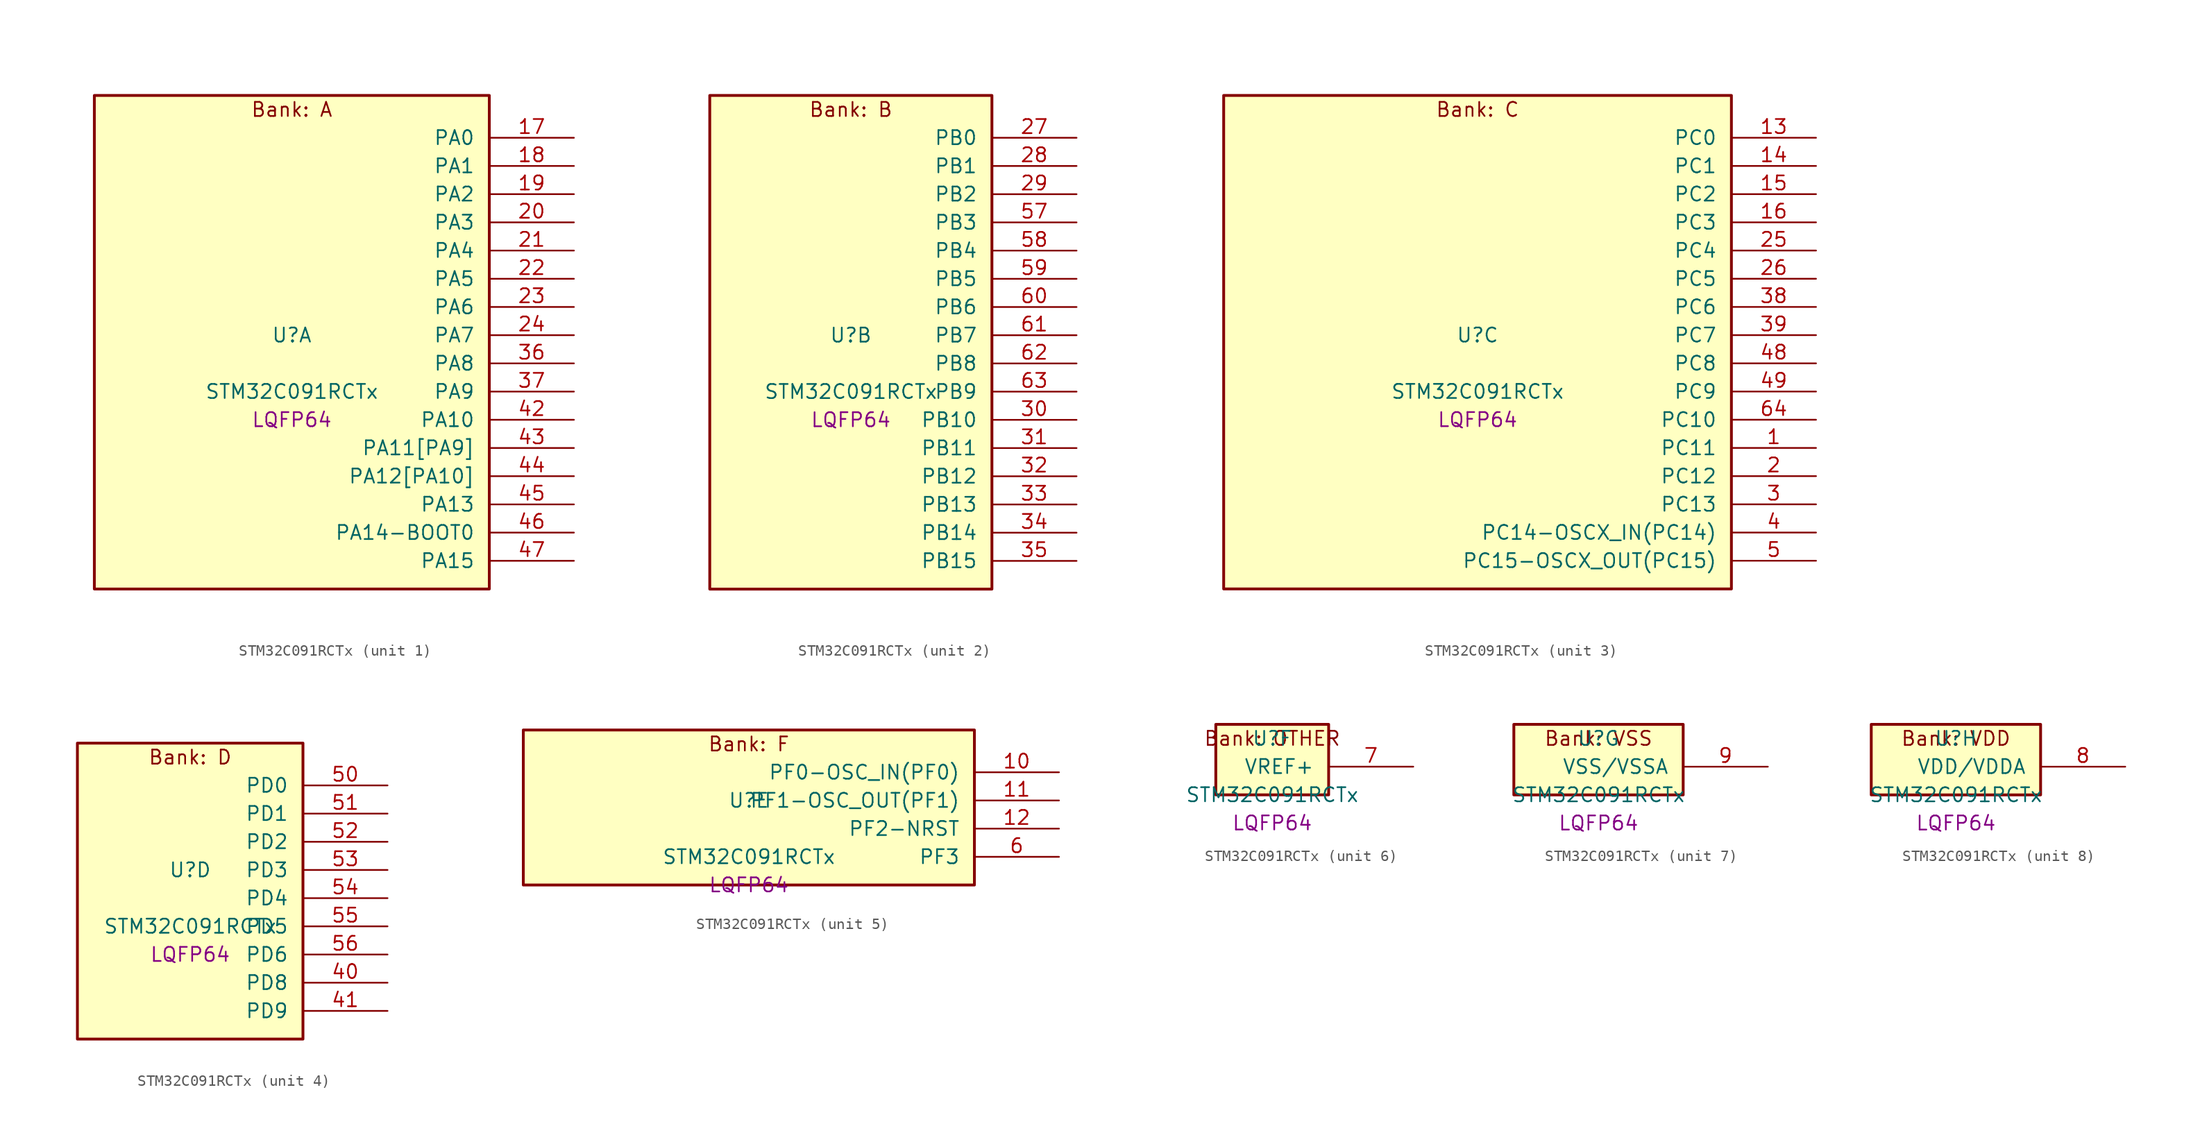
<source format=kicad_sym>
(kicad_symbol_lib
  (version 20241209)
  (generator "stm32_pkl_generator")
  (generator_version "1.0")
  (symbol "STM32C091RCTx"
    (pin_names
      (offset 1.27))
    (property "Reference" "U"
      (at 0 2.54 0))
    (property "Value" "STM32C091RCTx"
      (at 0 -2.54 0))
    (property "Footprint" "LQFP64"
      (at 0 -5.08 0))
    (symbol "STM32C091RCTx_1_1"
      (rectangle (start -17.78 24.13) (end 17.78 -20.32) (stroke (width 0.254) (type solid)) (fill (type background)))
      (text "Bank: A" (at 0 22.86 0))
      (pin bidirectional line (at 25.4 20.32 180) (length 7.62) (name "PA0") (number "17") (alternate "PA0/ADC1_IN0" bidirectional line) (alternate "PA0/PWR_WKUP1" bidirectional line) (alternate "PA0/SPI2_SCK" bidirectional line) (alternate "PA0/TIM16_CH1" bidirectional line) (alternate "PA0/TIM1_CH1" bidirectional line) (alternate "PA0/TIM2_CH1" bidirectional line) (alternate "PA0/TIM2_ETR" bidirectional line) (alternate "PA0/USART1_TX" bidirectional line) (alternate "PA0/USART2_CTS" bidirectional line) (alternate "PA0/USART2_NSS" bidirectional line) (alternate "PA0/USART4_TX" bidirectional line))
      (pin bidirectional line (at 25.4 17.78 180) (length 7.62) (name "PA1") (number "18") (alternate "PA1/ADC1_IN1" bidirectional line) (alternate "PA1/I2C1_SMBA" bidirectional line) (alternate "PA1/I2S1_CK" bidirectional line) (alternate "PA1/SPI1_SCK" bidirectional line) (alternate "PA1/TIM15_CH1N" bidirectional line) (alternate "PA1/TIM17_CH1" bidirectional line) (alternate "PA1/TIM1_CH2" bidirectional line) (alternate "PA1/TIM2_CH2" bidirectional line) (alternate "PA1/USART1_RX" bidirectional line) (alternate "PA1/USART2_CK" bidirectional line) (alternate "PA1/USART2_DE" bidirectional line) (alternate "PA1/USART2_RTS" bidirectional line) (alternate "PA1/USART4_RX" bidirectional line))
      (pin bidirectional line (at 25.4 15.24 180) (length 7.62) (name "PA2") (number "19") (alternate "PA2/ADC1_IN2" bidirectional line) (alternate "PA2/I2S1_SD" bidirectional line) (alternate "PA2/PWR_WKUP4" bidirectional line) (alternate "PA2/RCC_LSCO" bidirectional line) (alternate "PA2/SPI1_MOSI" bidirectional line) (alternate "PA2/TIM15_CH1" bidirectional line) (alternate "PA2/TIM16_CH1N" bidirectional line) (alternate "PA2/TIM1_CH3" bidirectional line) (alternate "PA2/TIM2_CH3" bidirectional line) (alternate "PA2/TIM3_ETR" bidirectional line) (alternate "PA2/USART2_TX" bidirectional line))
      (pin bidirectional line (at 25.4 12.7 180) (length 7.62) (name "PA3") (number "20") (alternate "PA3/ADC1_IN3" bidirectional line) (alternate "PA3/SPI2_MISO" bidirectional line) (alternate "PA3/TIM15_CH2" bidirectional line) (alternate "PA3/TIM1_CH1N" bidirectional line) (alternate "PA3/TIM1_CH4" bidirectional line) (alternate "PA3/TIM2_CH4" bidirectional line) (alternate "PA3/USART2_RX" bidirectional line))
      (pin bidirectional line (at 25.4 10.16 180) (length 7.62) (name "PA4") (number "21") (alternate "PA4/ADC1_IN4" bidirectional line) (alternate "PA4/I2S1_WS" bidirectional line) (alternate "PA4/RTC_OUT2" bidirectional line) (alternate "PA4/SPI1_NSS" bidirectional line) (alternate "PA4/SPI2_MOSI" bidirectional line) (alternate "PA4/TIM14_CH1" bidirectional line) (alternate "PA4/TIM17_CH1N" bidirectional line) (alternate "PA4/TIM1_CH2N" bidirectional line) (alternate "PA4/USART2_TX" bidirectional line))
      (pin bidirectional line (at 25.4 7.62 180) (length 7.62) (name "PA5") (number "22") (alternate "PA5/ADC1_IN5" bidirectional line) (alternate "PA5/I2S1_CK" bidirectional line) (alternate "PA5/SPI1_SCK" bidirectional line) (alternate "PA5/TIM1_CH1" bidirectional line) (alternate "PA5/TIM1_CH3N" bidirectional line) (alternate "PA5/TIM2_CH1" bidirectional line) (alternate "PA5/TIM2_ETR" bidirectional line) (alternate "PA5/USART2_RX" bidirectional line) (alternate "PA5/USART3_TX" bidirectional line))
      (pin bidirectional line (at 25.4 5.08 180) (length 7.62) (name "PA6") (number "23") (alternate "PA6/ADC1_IN6" bidirectional line) (alternate "PA6/I2C2_SDA" bidirectional line) (alternate "PA6/I2S1_MCK" bidirectional line) (alternate "PA6/SPI1_MISO" bidirectional line) (alternate "PA6/TIM16_CH1" bidirectional line) (alternate "PA6/TIM1_BKIN" bidirectional line) (alternate "PA6/TIM3_CH1" bidirectional line) (alternate "PA6/USART3_CTS" bidirectional line) (alternate "PA6/USART3_NSS" bidirectional line))
      (pin bidirectional line (at 25.4 2.54 180) (length 7.62) (name "PA7") (number "24") (alternate "PA7/ADC1_IN7" bidirectional line) (alternate "PA7/I2C2_SCL" bidirectional line) (alternate "PA7/I2S1_SD" bidirectional line) (alternate "PA7/SPI1_MOSI" bidirectional line) (alternate "PA7/TIM14_CH1" bidirectional line) (alternate "PA7/TIM17_CH1" bidirectional line) (alternate "PA7/TIM1_CH1N" bidirectional line) (alternate "PA7/TIM3_CH2" bidirectional line))
      (pin bidirectional line (at 25.4 0 180) (length 7.62) (name "PA8") (number "36") (alternate "PA8/ADC1_IN8" bidirectional line) (alternate "PA8/I2S1_WS" bidirectional line) (alternate "PA8/RCC_MCO" bidirectional line) (alternate "PA8/RCC_MCO_2" bidirectional line) (alternate "PA8/SPI1_NSS" bidirectional line) (alternate "PA8/SPI2_MISO" bidirectional line) (alternate "PA8/SPI2_NSS" bidirectional line) (alternate "PA8/TIM14_CH1" bidirectional line) (alternate "PA8/TIM1_CH1" bidirectional line) (alternate "PA8/TIM1_CH2N" bidirectional line) (alternate "PA8/TIM1_CH3N" bidirectional line) (alternate "PA8/TIM3_CH3" bidirectional line) (alternate "PA8/TIM3_CH4" bidirectional line) (alternate "PA8/USART1_RX" bidirectional line) (alternate "PA8/USART2_TX" bidirectional line))
      (pin bidirectional line (at 25.4 -2.54 180) (length 7.62) (name "PA9") (number "37") (alternate "PA9/I2C1_SCL" bidirectional line) (alternate "PA9/I2C2_SCL" bidirectional line) (alternate "PA9/RCC_MCO" bidirectional line) (alternate "PA9/SPI2_MISO" bidirectional line) (alternate "PA9/TIM15_BKIN" bidirectional line) (alternate "PA9/TIM1_CH2" bidirectional line) (alternate "PA9/TIM3_ETR" bidirectional line) (alternate "PA9/USART1_TX" bidirectional line) (alternate "PA9/NC" bidirectional line))
      (pin bidirectional line (at 25.4 -5.08 180) (length 7.62) (name "PA10") (number "42") (alternate "PA10/I2C1_SDA" bidirectional line) (alternate "PA10/I2C2_SDA" bidirectional line) (alternate "PA10/RCC_MCO_2" bidirectional line) (alternate "PA10/SPI2_MOSI" bidirectional line) (alternate "PA10/TIM17_BKIN" bidirectional line) (alternate "PA10/TIM1_CH3" bidirectional line) (alternate "PA10/USART1_RX" bidirectional line) (alternate "PA10/NC" bidirectional line))
      (pin bidirectional line (at 25.4 -7.62 180) (length 7.62) (name "PA11[PA9]") (number "43") (alternate "PA11[PA9]/ADC1_EXTI11" bidirectional line) (alternate "PA11[PA9]/I2C2_SCL" bidirectional line) (alternate "PA11[PA9]/I2S1_MCK" bidirectional line) (alternate "PA11[PA9]/SPI1_MISO" bidirectional line) (alternate "PA11[PA9]/TIM1_BKIN2" bidirectional line) (alternate "PA11[PA9]/TIM1_CH4" bidirectional line) (alternate "PA11[PA9]/USART1_CTS" bidirectional line) (alternate "PA11[PA9]/USART1_NSS" bidirectional line) (alternate "PA11[PA9]/PA9[PA11]" bidirectional line) (alternate "PA11[PA9]/I2C1_SCL" bidirectional line) (alternate "PA11[PA9]/RCC_MCO" bidirectional line) (alternate "PA11[PA9]/SPI2_MISO" bidirectional line) (alternate "PA11[PA9]/TIM15_BKIN" bidirectional line) (alternate "PA11[PA9]/TIM1_CH2" bidirectional line) (alternate "PA11[PA9]/TIM3_ETR" bidirectional line) (alternate "PA11[PA9]/USART1_TX" bidirectional line))
      (pin bidirectional line (at 25.4 -10.16 180) (length 7.62) (name "PA12[PA10]") (number "44") (alternate "PA12[PA10]/I2C2_SDA" bidirectional line) (alternate "PA12[PA10]/I2S1_SD" bidirectional line) (alternate "PA12[PA10]/I2S_CKIN" bidirectional line) (alternate "PA12[PA10]/SPI1_MOSI" bidirectional line) (alternate "PA12[PA10]/TIM1_ETR" bidirectional line) (alternate "PA12[PA10]/USART1_CK" bidirectional line) (alternate "PA12[PA10]/USART1_DE" bidirectional line) (alternate "PA12[PA10]/USART1_RTS" bidirectional line) (alternate "PA12[PA10]/PA10[PA12]" bidirectional line) (alternate "PA12[PA10]/I2C1_SDA" bidirectional line) (alternate "PA12[PA10]/RCC_MCO_2" bidirectional line) (alternate "PA12[PA10]/SPI2_MOSI" bidirectional line) (alternate "PA12[PA10]/TIM17_BKIN" bidirectional line) (alternate "PA12[PA10]/TIM1_CH3" bidirectional line) (alternate "PA12[PA10]/USART1_RX" bidirectional line))
      (pin bidirectional line (at 25.4 -12.7 180) (length 7.62) (name "PA13") (number "45") (alternate "PA13/ADC1_IN13" bidirectional line) (alternate "PA13/DEBUG_SWDIO" bidirectional line) (alternate "PA13/IR_OUT" bidirectional line) (alternate "PA13/TIM3_ETR" bidirectional line) (alternate "PA13/USART2_RX" bidirectional line))
      (pin bidirectional line (at 25.4 -15.24 180) (length 7.62) (name "PA14-BOOT0") (number "46") (alternate "PA14-BOOT0/ADC1_IN14" bidirectional line) (alternate "PA14-BOOT0/BOOT0" bidirectional line) (alternate "PA14-BOOT0/DEBUG_SWCLK" bidirectional line) (alternate "PA14-BOOT0/I2S1_WS" bidirectional line) (alternate "PA14-BOOT0/RCC_MCO_2" bidirectional line) (alternate "PA14-BOOT0/SPI1_NSS" bidirectional line) (alternate "PA14-BOOT0/TIM1_CH1" bidirectional line) (alternate "PA14-BOOT0/USART1_CK" bidirectional line) (alternate "PA14-BOOT0/USART1_DE" bidirectional line) (alternate "PA14-BOOT0/USART1_RTS" bidirectional line) (alternate "PA14-BOOT0/USART2_RX" bidirectional line) (alternate "PA14-BOOT0/USART2_TX" bidirectional line))
      (pin bidirectional line (at 25.4 -17.78 180) (length 7.62) (name "PA15") (number "47") (alternate "PA15/I2S1_WS" bidirectional line) (alternate "PA15/RCC_MCO_2" bidirectional line) (alternate "PA15/SPI1_NSS" bidirectional line) (alternate "PA15/TIM1_CH1" bidirectional line) (alternate "PA15/TIM2_CH1" bidirectional line) (alternate "PA15/TIM2_ETR" bidirectional line) (alternate "PA15/USART1_CK" bidirectional line) (alternate "PA15/USART1_DE" bidirectional line) (alternate "PA15/USART1_RTS" bidirectional line) (alternate "PA15/USART2_RX" bidirectional line) (alternate "PA15/USART3_CK" bidirectional line) (alternate "PA15/USART3_DE" bidirectional line) (alternate "PA15/USART3_RTS" bidirectional line) (alternate "PA15/USART4_CK" bidirectional line) (alternate "PA15/USART4_DE" bidirectional line) (alternate "PA15/USART4_RTS" bidirectional line)))
    (symbol "STM32C091RCTx_2_1"
      (rectangle (start -12.7 24.13) (end 12.7 -20.32) (stroke (width 0.254) (type solid)) (fill (type background)))
      (text "Bank: B" (at 0 22.86 0))
      (pin bidirectional line (at 20.32 20.32 180) (length 7.62) (name "PB0") (number "27") (alternate "PB0/ADC1_IN17" bidirectional line) (alternate "PB0/I2S1_WS" bidirectional line) (alternate "PB0/SPI1_NSS" bidirectional line) (alternate "PB0/TIM1_CH2N" bidirectional line) (alternate "PB0/TIM3_CH3" bidirectional line) (alternate "PB0/USART3_RX" bidirectional line))
      (pin bidirectional line (at 20.32 17.78 180) (length 7.62) (name "PB1") (number "28") (alternate "PB1/ADC1_IN18" bidirectional line) (alternate "PB1/TIM14_CH1" bidirectional line) (alternate "PB1/TIM1_CH2N" bidirectional line) (alternate "PB1/TIM1_CH3N" bidirectional line) (alternate "PB1/TIM3_CH4" bidirectional line) (alternate "PB1/USART3_CK" bidirectional line) (alternate "PB1/USART3_DE" bidirectional line) (alternate "PB1/USART3_RTS" bidirectional line))
      (pin bidirectional line (at 20.32 15.24 180) (length 7.62) (name "PB2") (number "29") (alternate "PB2/ADC1_IN19" bidirectional line) (alternate "PB2/RCC_MCO_2" bidirectional line) (alternate "PB2/SPI2_MISO" bidirectional line) (alternate "PB2/USART1_RX" bidirectional line) (alternate "PB2/USART3_TX" bidirectional line))
      (pin bidirectional line (at 20.32 12.7 180) (length 7.62) (name "PB3") (number "57") (alternate "PB3/I2C2_SCL" bidirectional line) (alternate "PB3/I2S1_CK" bidirectional line) (alternate "PB3/SPI1_SCK" bidirectional line) (alternate "PB3/TIM1_CH2" bidirectional line) (alternate "PB3/TIM2_CH2" bidirectional line) (alternate "PB3/TIM3_CH2" bidirectional line) (alternate "PB3/USART1_CK" bidirectional line) (alternate "PB3/USART1_DE" bidirectional line) (alternate "PB3/USART1_RTS" bidirectional line))
      (pin bidirectional line (at 20.32 10.16 180) (length 7.62) (name "PB4") (number "58") (alternate "PB4/I2C2_SDA" bidirectional line) (alternate "PB4/I2S1_MCK" bidirectional line) (alternate "PB4/SPI1_MISO" bidirectional line) (alternate "PB4/TIM17_BKIN" bidirectional line) (alternate "PB4/TIM3_CH1" bidirectional line) (alternate "PB4/USART1_CTS" bidirectional line) (alternate "PB4/USART1_NSS" bidirectional line))
      (pin bidirectional line (at 20.32 7.62 180) (length 7.62) (name "PB5") (number "59") (alternate "PB5/I2C1_SMBA" bidirectional line) (alternate "PB5/I2S1_SD" bidirectional line) (alternate "PB5/PWR_WKUP6" bidirectional line) (alternate "PB5/SPI1_MOSI" bidirectional line) (alternate "PB5/TIM16_BKIN" bidirectional line) (alternate "PB5/TIM3_CH2" bidirectional line) (alternate "PB5/TIM3_CH3" bidirectional line))
      (pin bidirectional line (at 20.32 5.08 180) (length 7.62) (name "PB6") (number "60") (alternate "PB6/I2C1_SCL" bidirectional line) (alternate "PB6/I2C1_SMBA" bidirectional line) (alternate "PB6/I2S1_CK" bidirectional line) (alternate "PB6/I2S1_MCK" bidirectional line) (alternate "PB6/I2S1_SD" bidirectional line) (alternate "PB6/PWR_WKUP3" bidirectional line) (alternate "PB6/SPI1_MISO" bidirectional line) (alternate "PB6/SPI1_MOSI" bidirectional line) (alternate "PB6/SPI1_SCK" bidirectional line) (alternate "PB6/SPI2_MISO" bidirectional line) (alternate "PB6/TIM16_BKIN" bidirectional line) (alternate "PB6/TIM16_CH1N" bidirectional line) (alternate "PB6/TIM1_CH2" bidirectional line) (alternate "PB6/TIM1_CH3" bidirectional line) (alternate "PB6/TIM3_CH1" bidirectional line) (alternate "PB6/TIM3_CH2" bidirectional line) (alternate "PB6/TIM3_CH3" bidirectional line) (alternate "PB6/USART1_CTS" bidirectional line) (alternate "PB6/USART1_NSS" bidirectional line) (alternate "PB6/USART1_TX" bidirectional line))
      (pin bidirectional line (at 20.32 2.54 180) (length 7.62) (name "PB7") (number "61") (alternate "PB7/I2C1_SCL" bidirectional line) (alternate "PB7/I2C1_SDA" bidirectional line) (alternate "PB7/SPI2_MOSI" bidirectional line) (alternate "PB7/TIM16_CH1" bidirectional line) (alternate "PB7/TIM17_CH1N" bidirectional line) (alternate "PB7/TIM1_CH4" bidirectional line) (alternate "PB7/TIM3_CH1" bidirectional line) (alternate "PB7/TIM3_CH4" bidirectional line) (alternate "PB7/USART1_RX" bidirectional line) (alternate "PB7/USART2_CTS" bidirectional line) (alternate "PB7/USART2_NSS" bidirectional line) (alternate "PB7/USART4_CTS" bidirectional line) (alternate "PB7/USART4_NSS" bidirectional line))
      (pin bidirectional line (at 20.32 0 180) (length 7.62) (name "PB8") (number "62") (alternate "PB8/I2C1_SCL" bidirectional line) (alternate "PB8/SPI2_SCK" bidirectional line) (alternate "PB8/TIM15_BKIN" bidirectional line) (alternate "PB8/TIM16_CH1" bidirectional line) (alternate "PB8/TIM3_CH1" bidirectional line) (alternate "PB8/USART2_CTS" bidirectional line) (alternate "PB8/USART2_NSS" bidirectional line) (alternate "PB8/USART3_TX" bidirectional line))
      (pin bidirectional line (at 20.32 -2.54 180) (length 7.62) (name "PB9") (number "63") (alternate "PB9/I2C1_SDA" bidirectional line) (alternate "PB9/IR_OUT" bidirectional line) (alternate "PB9/SPI2_NSS" bidirectional line) (alternate "PB9/TIM17_CH1" bidirectional line) (alternate "PB9/TIM3_CH2" bidirectional line) (alternate "PB9/USART2_CK" bidirectional line) (alternate "PB9/USART2_DE" bidirectional line) (alternate "PB9/USART2_RTS" bidirectional line) (alternate "PB9/USART3_RX" bidirectional line))
      (pin bidirectional line (at 20.32 -5.08 180) (length 7.62) (name "PB10") (number "30") (alternate "PB10/ADC1_IN20" bidirectional line) (alternate "PB10/I2C2_SCL" bidirectional line) (alternate "PB10/SPI2_SCK" bidirectional line) (alternate "PB10/TIM2_CH3" bidirectional line) (alternate "PB10/USART3_TX" bidirectional line))
      (pin bidirectional line (at 20.32 -7.62 180) (length 7.62) (name "PB11") (number "31") (alternate "PB11/ADC1_EXTI11" bidirectional line) (alternate "PB11/ADC1_IN21" bidirectional line) (alternate "PB11/I2C2_SDA" bidirectional line) (alternate "PB11/SPI2_MOSI" bidirectional line) (alternate "PB11/TIM2_CH4" bidirectional line) (alternate "PB11/USART3_RX" bidirectional line))
      (pin bidirectional line (at 20.32 -10.16 180) (length 7.62) (name "PB12") (number "32") (alternate "PB12/ADC1_IN22" bidirectional line) (alternate "PB12/SPI2_NSS" bidirectional line) (alternate "PB12/TIM15_BKIN" bidirectional line) (alternate "PB12/TIM1_BKIN" bidirectional line) (alternate "PB12/TIM1_BKIN2" bidirectional line))
      (pin bidirectional line (at 20.32 -12.7 180) (length 7.62) (name "PB13") (number "33") (alternate "PB13/I2C2_SCL" bidirectional line) (alternate "PB13/SPI2_SCK" bidirectional line) (alternate "PB13/TIM15_CH1N" bidirectional line) (alternate "PB13/TIM1_CH1N" bidirectional line) (alternate "PB13/USART3_CTS" bidirectional line) (alternate "PB13/USART3_NSS" bidirectional line))
      (pin bidirectional line (at 20.32 -15.24 180) (length 7.62) (name "PB14") (number "34") (alternate "PB14/I2C2_SDA" bidirectional line) (alternate "PB14/SPI2_MISO" bidirectional line) (alternate "PB14/TIM15_CH1" bidirectional line) (alternate "PB14/TIM1_CH2N" bidirectional line) (alternate "PB14/USART3_CK" bidirectional line) (alternate "PB14/USART3_DE" bidirectional line) (alternate "PB14/USART3_RTS" bidirectional line))
      (pin bidirectional line (at 20.32 -17.78 180) (length 7.62) (name "PB15") (number "35") (alternate "PB15/RTC_REFIN" bidirectional line) (alternate "PB15/SPI2_MOSI" bidirectional line) (alternate "PB15/TIM15_CH1N" bidirectional line) (alternate "PB15/TIM15_CH2" bidirectional line) (alternate "PB15/TIM1_CH3N" bidirectional line)))
    (symbol "STM32C091RCTx_3_1"
      (rectangle (start -22.86 24.13) (end 22.86 -20.32) (stroke (width 0.254) (type solid)) (fill (type background)))
      (text "Bank: C" (at 0 22.86 0))
      (pin bidirectional line (at 30.48 20.32 180) (length 7.62) (name "PC0") (number "13") (alternate "PC0/USART3_TX" bidirectional line) (alternate "PC0/USART4_RX" bidirectional line))
      (pin bidirectional line (at 30.48 17.78 180) (length 7.62) (name "PC1") (number "14") (alternate "PC1/TIM15_CH1" bidirectional line) (alternate "PC1/USART3_RX" bidirectional line) (alternate "PC1/USART4_TX" bidirectional line))
      (pin bidirectional line (at 30.48 15.24 180) (length 7.62) (name "PC2") (number "15") (alternate "PC2/SPI2_MISO" bidirectional line) (alternate "PC2/TIM15_CH2" bidirectional line))
      (pin bidirectional line (at 30.48 12.7 180) (length 7.62) (name "PC3") (number "16") (alternate "PC3/SPI2_MOSI" bidirectional line))
      (pin bidirectional line (at 30.48 10.16 180) (length 7.62) (name "PC4") (number "25") (alternate "PC4/ADC1_IN11" bidirectional line) (alternate "PC4/TIM2_CH1" bidirectional line) (alternate "PC4/TIM2_ETR" bidirectional line) (alternate "PC4/USART1_TX" bidirectional line) (alternate "PC4/USART3_TX" bidirectional line))
      (pin bidirectional line (at 30.48 7.62 180) (length 7.62) (name "PC5") (number "26") (alternate "PC5/ADC1_IN12" bidirectional line) (alternate "PC5/PWR_WKUP5" bidirectional line) (alternate "PC5/TIM2_CH2" bidirectional line) (alternate "PC5/USART1_RX" bidirectional line) (alternate "PC5/USART3_RX" bidirectional line))
      (pin bidirectional line (at 30.48 5.08 180) (length 7.62) (name "PC6") (number "38") (alternate "PC6/TIM2_CH3" bidirectional line) (alternate "PC6/TIM3_CH1" bidirectional line))
      (pin bidirectional line (at 30.48 2.54 180) (length 7.62) (name "PC7") (number "39") (alternate "PC7/TIM2_CH4" bidirectional line) (alternate "PC7/TIM3_CH2" bidirectional line))
      (pin bidirectional line (at 30.48 0 180) (length 7.62) (name "PC8") (number "48") (alternate "PC8/TIM1_CH1" bidirectional line) (alternate "PC8/TIM3_CH3" bidirectional line))
      (pin bidirectional line (at 30.48 -2.54 180) (length 7.62) (name "PC9") (number "49") (alternate "PC9/I2S_CKIN" bidirectional line) (alternate "PC9/TIM1_CH2" bidirectional line) (alternate "PC9/TIM3_CH4" bidirectional line))
      (pin bidirectional line (at 30.48 -5.08 180) (length 7.62) (name "PC10") (number "64") (alternate "PC10/TIM1_CH3" bidirectional line) (alternate "PC10/USART3_TX" bidirectional line) (alternate "PC10/USART4_TX" bidirectional line))
      (pin bidirectional line (at 30.48 -7.62 180) (length 7.62) (name "PC11") (number "1") (alternate "PC11/ADC1_EXTI11" bidirectional line) (alternate "PC11/TIM1_CH4" bidirectional line) (alternate "PC11/USART3_RX" bidirectional line) (alternate "PC11/USART4_RX" bidirectional line))
      (pin bidirectional line (at 30.48 -10.16 180) (length 7.62) (name "PC12") (number "2") (alternate "PC12/TIM14_CH1" bidirectional line))
      (pin bidirectional line (at 30.48 -12.7 180) (length 7.62) (name "PC13") (number "3") (alternate "PC13/PWR_WKUP2" bidirectional line) (alternate "PC13/RTC_OUT1" bidirectional line) (alternate "PC13/RTC_TS" bidirectional line) (alternate "PC13/TIM1_BKIN" bidirectional line) (alternate "PC13/TIM1_ETR" bidirectional line))
      (pin bidirectional line (at 30.48 -15.24 180) (length 7.62) (name "PC14-OSCX_IN(PC14)") (number "4") (alternate "PC14-OSCX_IN(PC14)/I2C1_SDA" bidirectional line) (alternate "PC14-OSCX_IN(PC14)/IR_OUT" bidirectional line) (alternate "PC14-OSCX_IN(PC14)/RCC_OSCX_IN" bidirectional line) (alternate "PC14-OSCX_IN(PC14)/SPI2_NSS" bidirectional line) (alternate "PC14-OSCX_IN(PC14)/TIM17_CH1" bidirectional line) (alternate "PC14-OSCX_IN(PC14)/TIM1_BKIN2" bidirectional line) (alternate "PC14-OSCX_IN(PC14)/TIM1_ETR" bidirectional line) (alternate "PC14-OSCX_IN(PC14)/TIM3_CH2" bidirectional line) (alternate "PC14-OSCX_IN(PC14)/USART1_TX" bidirectional line) (alternate "PC14-OSCX_IN(PC14)/USART2_CK" bidirectional line) (alternate "PC14-OSCX_IN(PC14)/USART2_DE" bidirectional line) (alternate "PC14-OSCX_IN(PC14)/USART2_RTS" bidirectional line) (alternate "PC14-OSCX_IN(PC14)/USART3_TX" bidirectional line))
      (pin bidirectional line (at 30.48 -17.78 180) (length 7.62) (name "PC15-OSCX_OUT(PC15)") (number "5") (alternate "PC15-OSCX_OUT(PC15)/RCC_OSC32_EN" bidirectional line) (alternate "PC15-OSCX_OUT(PC15)/RCC_OSCX_OUT" bidirectional line) (alternate "PC15-OSCX_OUT(PC15)/RCC_OSC_EN" bidirectional line) (alternate "PC15-OSCX_OUT(PC15)/TIM15_BKIN" bidirectional line) (alternate "PC15-OSCX_OUT(PC15)/TIM1_ETR" bidirectional line) (alternate "PC15-OSCX_OUT(PC15)/TIM3_CH3" bidirectional line)))
    (symbol "STM32C091RCTx_4_1"
      (rectangle (start -10.16 13.97) (end 10.16 -12.7) (stroke (width 0.254) (type solid)) (fill (type background)))
      (text "Bank: D" (at 0 12.7 0))
      (pin bidirectional line (at 17.78 10.16 180) (length 7.62) (name "PD0") (number "50") (alternate "PD0/SPI2_NSS" bidirectional line) (alternate "PD0/TIM16_CH1" bidirectional line))
      (pin bidirectional line (at 17.78 7.62 180) (length 7.62) (name "PD1") (number "51") (alternate "PD1/SPI2_SCK" bidirectional line) (alternate "PD1/TIM17_CH1" bidirectional line))
      (pin bidirectional line (at 17.78 5.08 180) (length 7.62) (name "PD2") (number "52") (alternate "PD2/TIM1_CH1N" bidirectional line) (alternate "PD2/TIM3_ETR" bidirectional line) (alternate "PD2/USART3_CK" bidirectional line) (alternate "PD2/USART3_DE" bidirectional line) (alternate "PD2/USART3_RTS" bidirectional line))
      (pin bidirectional line (at 17.78 2.54 180) (length 7.62) (name "PD3") (number "53") (alternate "PD3/SPI2_MISO" bidirectional line) (alternate "PD3/TIM1_CH2N" bidirectional line) (alternate "PD3/USART2_CTS" bidirectional line) (alternate "PD3/USART2_NSS" bidirectional line))
      (pin bidirectional line (at 17.78 0 180) (length 7.62) (name "PD4") (number "54") (alternate "PD4/SPI2_MOSI" bidirectional line) (alternate "PD4/TIM1_CH3N" bidirectional line) (alternate "PD4/USART2_CK" bidirectional line) (alternate "PD4/USART2_DE" bidirectional line) (alternate "PD4/USART2_RTS" bidirectional line))
      (pin bidirectional line (at 17.78 -2.54 180) (length 7.62) (name "PD5") (number "55") (alternate "PD5/I2S1_MCK" bidirectional line) (alternate "PD5/SPI1_MISO" bidirectional line) (alternate "PD5/TIM1_BKIN" bidirectional line) (alternate "PD5/USART2_TX" bidirectional line))
      (pin bidirectional line (at 17.78 -5.08 180) (length 7.62) (name "PD6") (number "56") (alternate "PD6/I2S1_SD" bidirectional line) (alternate "PD6/SPI1_MOSI" bidirectional line) (alternate "PD6/USART2_RX" bidirectional line))
      (pin bidirectional line (at 17.78 -7.62 180) (length 7.62) (name "PD8") (number "40") (alternate "PD8/I2S1_CK" bidirectional line) (alternate "PD8/SPI1_SCK" bidirectional line) (alternate "PD8/USART3_TX" bidirectional line))
      (pin bidirectional line (at 17.78 -10.16 180) (length 7.62) (name "PD9") (number "41") (alternate "PD9/I2S1_WS" bidirectional line) (alternate "PD9/SPI1_NSS" bidirectional line) (alternate "PD9/TIM1_BKIN2" bidirectional line) (alternate "PD9/USART3_RX" bidirectional line)))
    (symbol "STM32C091RCTx_5_1"
      (rectangle (start -20.32 8.89) (end 20.32 -5.08) (stroke (width 0.254) (type solid)) (fill (type background)))
      (text "Bank: F" (at 0 7.62 0))
      (pin bidirectional line (at 27.94 5.08 180) (length 7.62) (name "PF0-OSC_IN(PF0)") (number "10") (alternate "PF0-OSC_IN(PF0)/RCC_OSC_IN" bidirectional line) (alternate "PF0-OSC_IN(PF0)/TIM14_CH1" bidirectional line))
      (pin bidirectional line (at 27.94 2.54 180) (length 7.62) (name "PF1-OSC_OUT(PF1)") (number "11") (alternate "PF1-OSC_OUT(PF1)/RCC_OSC_EN" bidirectional line) (alternate "PF1-OSC_OUT(PF1)/RCC_OSC_OUT" bidirectional line) (alternate "PF1-OSC_OUT(PF1)/TIM15_CH1N" bidirectional line))
      (pin bidirectional line (at 27.94 0 180) (length 7.62) (name "PF2-NRST") (number "12") (alternate "PF2-NRST/RCC_MCO" bidirectional line) (alternate "PF2-NRST/TIM1_CH4" bidirectional line))
      (pin bidirectional line (at 27.94 -2.54 180) (length 7.62) (name "PF3") (number "6")))
    (symbol "STM32C091RCTx_6_1"
      (rectangle (start -5.08 3.81) (end 5.08 -2.54) (stroke (width 0.254) (type solid)) (fill (type background)))
      (text "Bank: OTHER" (at 0 2.54 0))
      (pin bidirectional line (at 12.7 0 180) (length 7.62) (name "VREF+") (number "7")))
    (symbol "STM32C091RCTx_7_1"
      (rectangle (start -7.62 3.81) (end 7.62 -2.54) (stroke (width 0.254) (type solid)) (fill (type background)))
      (text "Bank: VSS" (at 0 2.54 0))
      (pin power_in line (at 15.24 0 180) (length 7.62) (name "VSS/VSSA") (number "9")))
    (symbol "STM32C091RCTx_8_1"
      (rectangle (start -7.62 3.81) (end 7.62 -2.54) (stroke (width 0.254) (type solid)) (fill (type background)))
      (text "Bank: VDD" (at 0 2.54 0))
      (pin power_in line (at 15.24 0 180) (length 7.62) (name "VDD/VDDA") (number "8")))))
</source>
